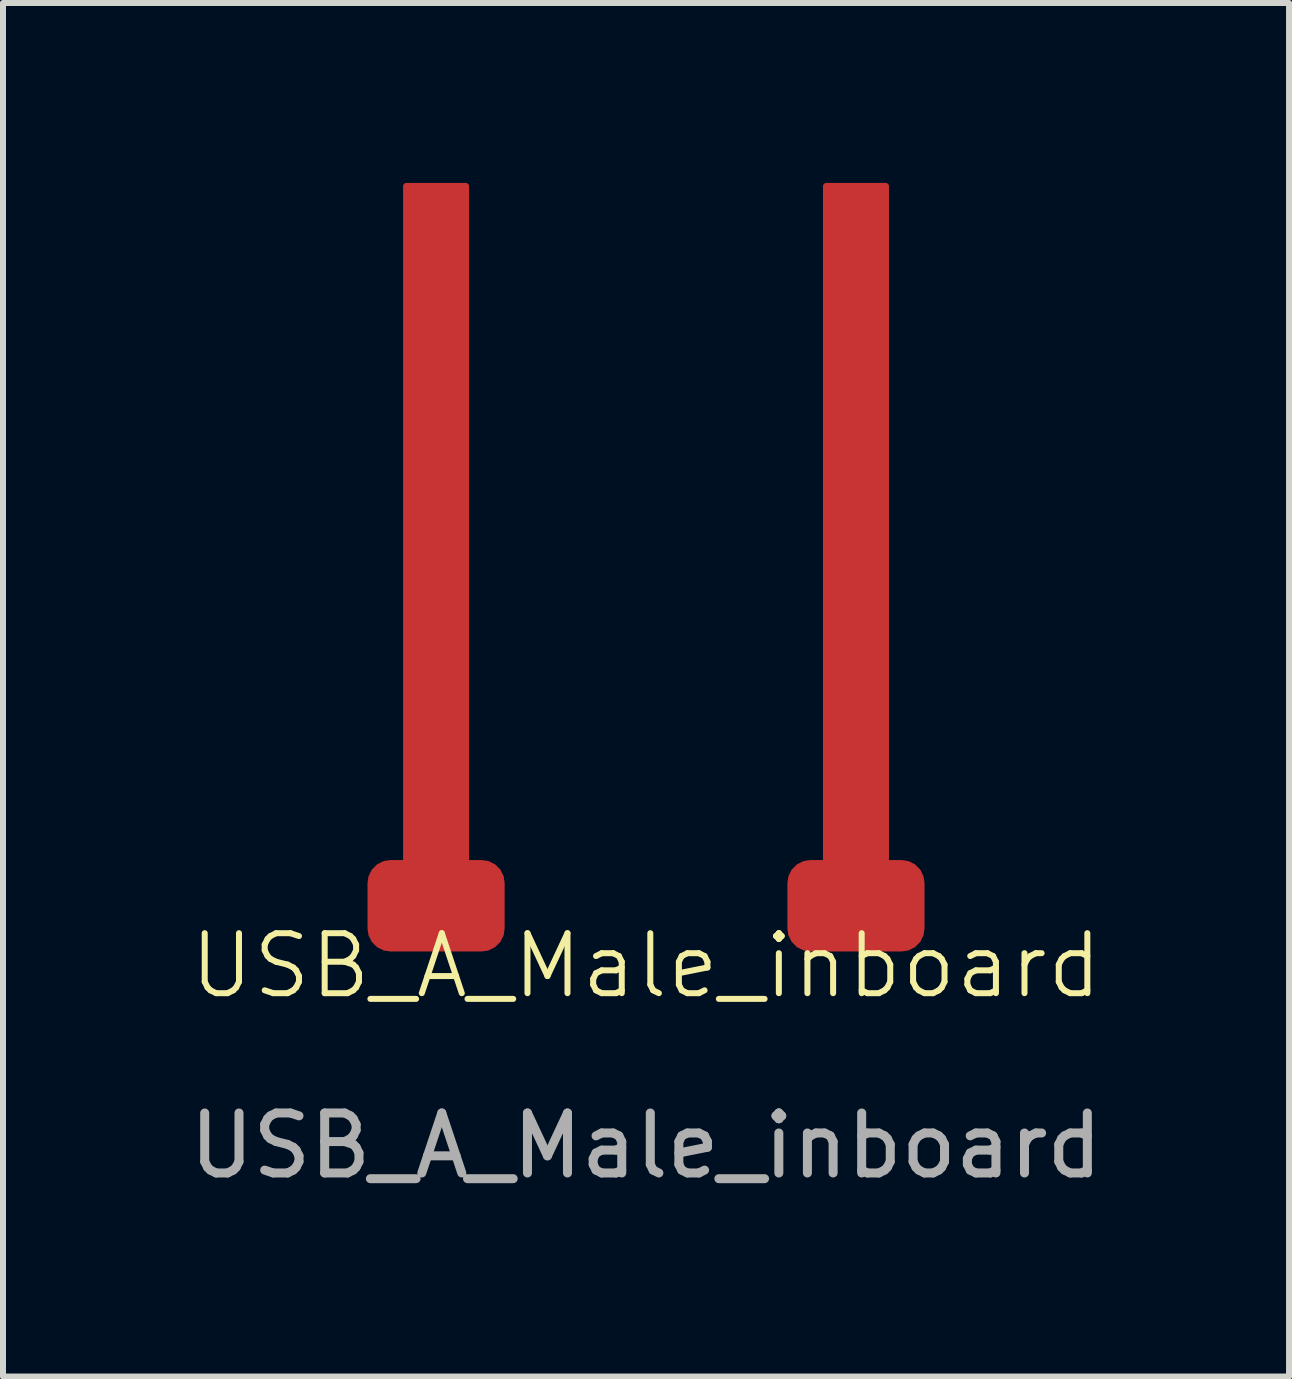
<source format=kicad_pcb>
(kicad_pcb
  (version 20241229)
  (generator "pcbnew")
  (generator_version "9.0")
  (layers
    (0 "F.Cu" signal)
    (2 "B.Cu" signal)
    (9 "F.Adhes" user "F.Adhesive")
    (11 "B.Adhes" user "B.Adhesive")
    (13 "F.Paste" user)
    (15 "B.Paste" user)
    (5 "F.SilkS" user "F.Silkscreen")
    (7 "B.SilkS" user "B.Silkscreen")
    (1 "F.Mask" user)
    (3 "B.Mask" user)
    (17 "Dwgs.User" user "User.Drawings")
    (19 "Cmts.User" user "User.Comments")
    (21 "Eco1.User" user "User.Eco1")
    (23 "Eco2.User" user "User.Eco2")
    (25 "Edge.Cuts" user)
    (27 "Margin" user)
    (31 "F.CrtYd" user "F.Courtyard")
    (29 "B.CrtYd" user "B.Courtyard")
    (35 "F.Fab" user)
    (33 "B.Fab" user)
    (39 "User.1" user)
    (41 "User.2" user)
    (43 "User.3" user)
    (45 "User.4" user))
  (footprint "USB_A_Male_inboard"
    (layer "F.Cu")
    (at 7.72 12.05)
    (property "Reference" "USB_A_Male_inboard" (at 0 1 0) (unlocked yes) (layer "F.SilkS") (effects (font (size 1 1) (thickness 0.1))))
    (attr smd)
    (fp_text user "${REFERENCE}" (at 0 4 0) (unlocked yes) (layer "F.Fab") (effects (font (size 1 1) (thickness 0.15))))
    (pad "1" smd custom (at -3.5 0) (size 1.524 1.524) (layers "F.Cu" "F.Mask") (options (anchor circle)) (primitives (gr_poly (pts (xy -1.143 -0.381) (xy -1.127 -0.49) (xy -1.072 -0.602) (xy -0.983 -0.691) (xy -0.871 -0.746) (xy -0.762 -0.762) (xy 0.762 -0.762) (xy 0.871 -0.746) (xy 0.983 -0.691) (xy 1.072 -0.602) (xy 1.127 -0.49) (xy 1.143 -0.381) (xy 1.143 0.381) (xy 1.127 0.49) (xy 1.072 0.602) (xy 0.983 0.691) (xy 0.871 0.746) (xy 0.762 0.762) (xy -0.762 0.762) (xy -0.871 0.746) (xy -0.983 0.691) (xy -1.072 0.602) (xy -1.127 0.49) (xy -1.143 0.381)) (width 0) (fill yes)) (gr_rect (start -0.5 -12) (end 0.5 0) (width 0.1) (fill yes))))
    (pad "2" smd custom (at 3.5 0) (size 1.524 1.524) (layers "F.Cu" "F.Mask") (options (anchor circle)) (primitives (gr_poly (pts (xy -1.143 -0.381) (xy -1.127 -0.49) (xy -1.072 -0.602) (xy -0.983 -0.691) (xy -0.871 -0.746) (xy -0.762 -0.762) (xy 0.762 -0.762) (xy 0.871 -0.746) (xy 0.983 -0.691) (xy 1.072 -0.602) (xy 1.127 -0.49) (xy 1.143 -0.381) (xy 1.143 0.381) (xy 1.127 0.49) (xy 1.072 0.602) (xy 0.983 0.691) (xy 0.871 0.746) (xy 0.762 0.762) (xy -0.762 0.762) (xy -0.871 0.746) (xy -0.983 0.691) (xy -1.072 0.602) (xy -1.127 0.49) (xy -1.143 0.381)) (width 0) (fill yes)) (gr_rect (start -0.5 -12) (end 0.5 0) (width 0.1) (fill yes)))))
  (gr_rect
    (start -3 -3)
    (end 18.44 19.898)
    (stroke (width 0.1) (type default))
    (fill no)
    (layer "Edge.Cuts")))
</source>
